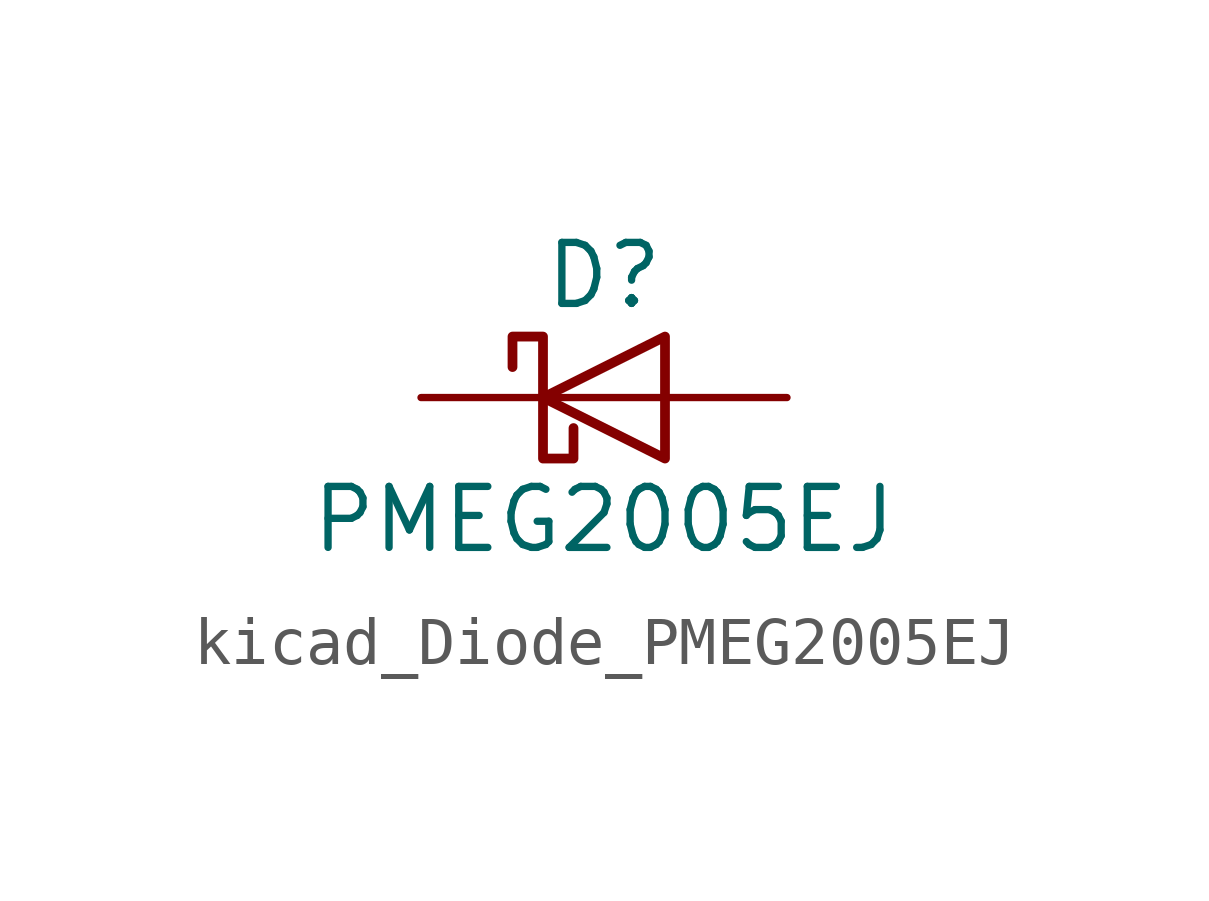
<source format=kicad_sym>
(kicad_symbol_lib
  (version 20220914)
  (generator kicad_symbol_editor)
  (symbol "kicad_Diode_PMEG2005EJ"
    (pin_numbers hide)
    (pin_names hide)
    (property "Reference" "D"
      (at 0 2.54 0)
      (effects (font (size 1.27 1.27))))
    (property "Value" "PMEG2005EJ"
      (at 0 -2.54 0)
      (effects (font (size 1.27 1.27))))
    (symbol "kicad_Diode_PMEG2005EJ_0_1"
      (polyline (pts (xy 1.27 0) (xy -1.27 0)) (stroke (width 0) (type default)) (fill (type none)))
      (polyline (pts (xy 1.27 1.27) (xy 1.27 -1.27) (xy -1.27 0) (xy 1.27 1.27)) (stroke (width 0.203) (type default)) (fill (type none)))
      (polyline (pts (xy -1.905 0.635) (xy -1.905 1.27) (xy -1.27 1.27) (xy -1.27 -1.27) (xy -0.635 -1.27) (xy -0.635 -0.635)) (stroke (width 0.203) (type default)) (fill (type none))))
    (symbol "kicad_Diode_PMEG2005EJ_1_1"
      (pin passive line (at -3.81 0 0) (length 2.54) (name "K" (effects (font (size 1.27 1.27)))) (number "1" (effects (font (size 1.27 1.27)))))
      (pin passive line (at 3.81 0 180) (length 2.54) (name "A" (effects (font (size 1.27 1.27)))) (number "2" (effects (font (size 1.27 1.27))))))))
</source>
